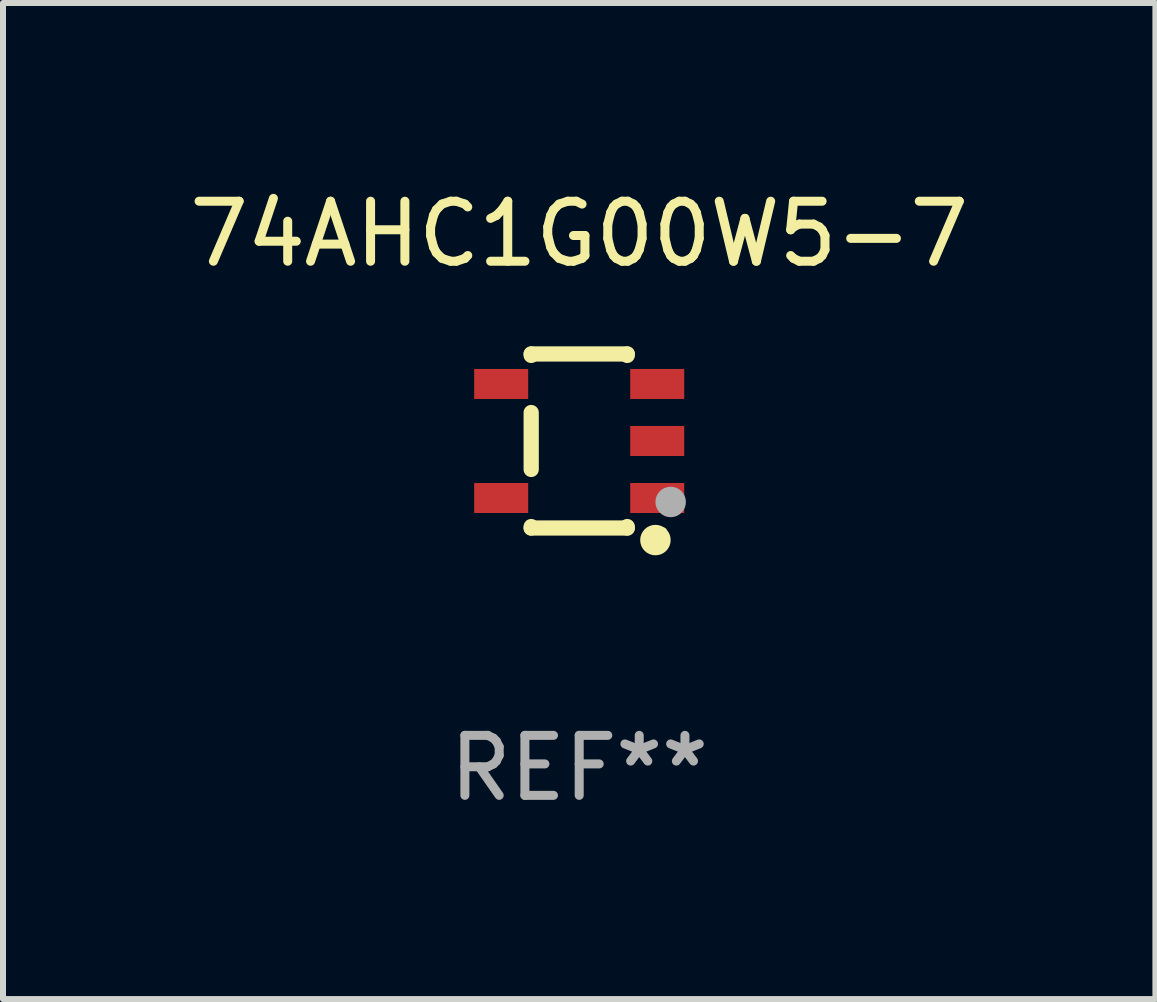
<source format=kicad_pcb>
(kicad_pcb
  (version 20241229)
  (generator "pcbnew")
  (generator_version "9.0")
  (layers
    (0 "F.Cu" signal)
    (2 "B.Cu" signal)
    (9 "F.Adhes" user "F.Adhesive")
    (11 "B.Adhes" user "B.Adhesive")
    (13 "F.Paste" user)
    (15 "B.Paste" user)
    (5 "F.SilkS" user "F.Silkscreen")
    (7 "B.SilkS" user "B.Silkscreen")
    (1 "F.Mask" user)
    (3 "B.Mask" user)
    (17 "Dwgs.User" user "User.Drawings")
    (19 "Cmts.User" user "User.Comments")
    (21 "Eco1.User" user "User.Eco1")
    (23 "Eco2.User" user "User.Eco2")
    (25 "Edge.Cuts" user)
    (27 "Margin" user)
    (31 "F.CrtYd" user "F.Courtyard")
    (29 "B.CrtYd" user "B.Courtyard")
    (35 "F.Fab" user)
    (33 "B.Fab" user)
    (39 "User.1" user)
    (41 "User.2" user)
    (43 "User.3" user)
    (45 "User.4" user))
  (footprint "74AHC1G00W5-7"
    (layer "F.Cu")
    (at 6.601 4.298)
    (property "Reference" "74AHC1G00W5-7" (at 0 -3.45 0) (layer "F.SilkS") (effects (font (size 1 1) (thickness 0.15))))
    (attr through_hole)
    (fp_line (start -0.8 -1.45) (end -0.8 -1.426) (stroke (width 0.254) (type solid)) (layer "F.SilkS"))
    (fp_line (start -0.8 -0.474) (end -0.8 0.474) (stroke (width 0.254) (type solid)) (layer "F.SilkS"))
    (fp_line (start -0.8 1.426) (end -0.8 1.45) (stroke (width 0.254) (type solid)) (layer "F.SilkS"))
    (fp_line (start 0.8 -1.45) (end -0.8 -1.45) (stroke (width 0.254) (type solid)) (layer "F.SilkS"))
    (fp_line (start 0.8 -1.426) (end 0.8 -1.45) (stroke (width 0.254) (type solid)) (layer "F.SilkS"))
    (fp_line (start 0.8 1.45) (end -0.8 1.45) (stroke (width 0.254) (type solid)) (layer "F.SilkS"))
    (fp_line (start 0.8 1.45) (end 0.8 1.426) (stroke (width 0.254) (type solid)) (layer "F.SilkS"))
    (fp_circle (center 1.27 1.651) (end 1.397 1.651) (stroke (width 0.254) (type solid)) (fill no) (layer "F.SilkS"))
    (fp_circle (center 1.4 1.5) (end 1.43 1.5) (stroke (width 0.06) (type solid)) (fill no) (layer "F.SilkS"))
    (fp_circle (center 1.524 1.016) (end 1.651 1.016) (stroke (width 0.254) (type solid)) (fill no) (layer "F.Fab"))
    (fp_text user "REF**" (at 0 5.45 0) (layer "F.Fab") (effects (font (size 1 1) (thickness 0.15))))
    (pad "1" smd rect (at 1.3 0.95 90) (size 0.5 0.9) (layers "F.Cu" "F.Mask" "F.Paste"))
    (pad "2" smd rect (at 1.3 0.000051 90) (size 0.5 0.9) (layers "F.Cu" "F.Mask" "F.Paste"))
    (pad "3" smd rect (at 1.3 -0.95 90) (size 0.5 0.9) (layers "F.Cu" "F.Mask" "F.Paste"))
    (pad "4" smd rect (at -1.3 -0.95 90) (size 0.5 0.9) (layers "F.Cu" "F.Mask" "F.Paste"))
    (pad "5" smd rect (at -1.3 0.95 90) (size 0.5 0.9) (layers "F.Cu" "F.Mask" "F.Paste")))
  (gr_rect
    (start -3 -3)
    (end 16.202 13.597)
    (stroke (width 0.1) (type default))
    (fill no)
    (layer "Edge.Cuts")))
</source>
